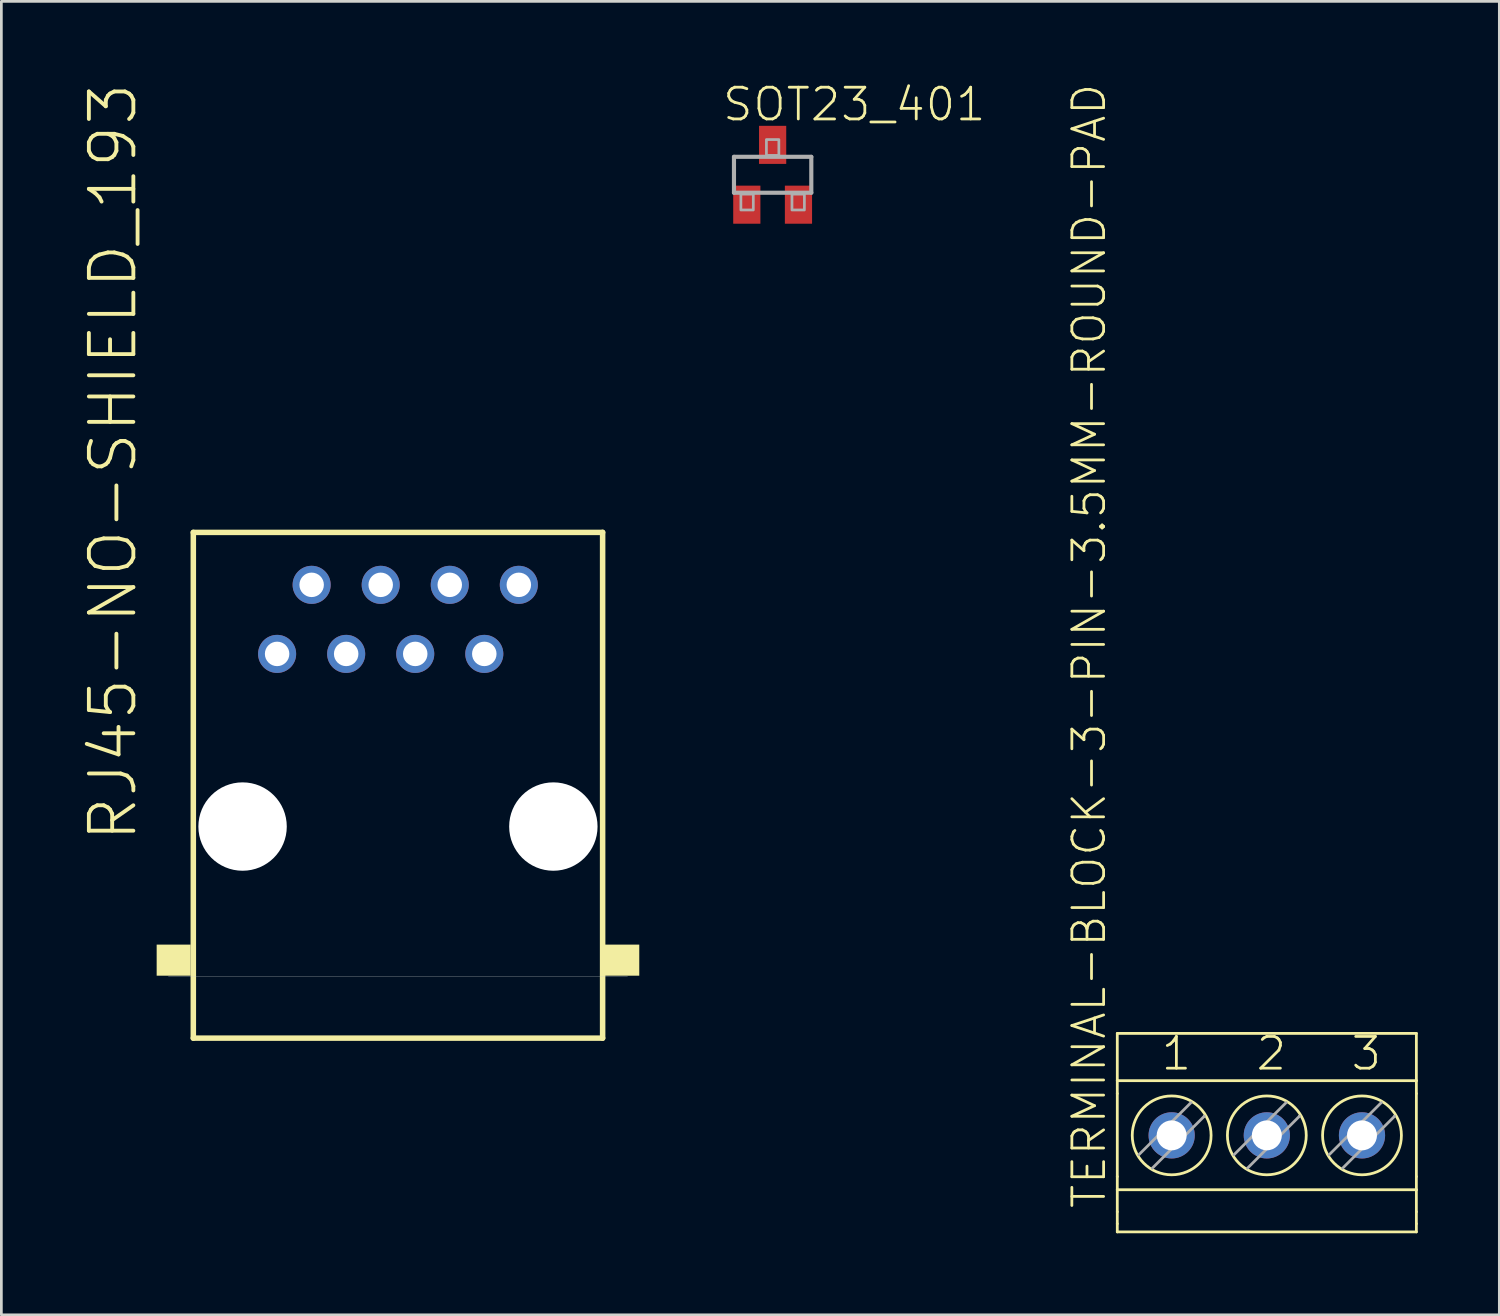
<source format=kicad_pcb>
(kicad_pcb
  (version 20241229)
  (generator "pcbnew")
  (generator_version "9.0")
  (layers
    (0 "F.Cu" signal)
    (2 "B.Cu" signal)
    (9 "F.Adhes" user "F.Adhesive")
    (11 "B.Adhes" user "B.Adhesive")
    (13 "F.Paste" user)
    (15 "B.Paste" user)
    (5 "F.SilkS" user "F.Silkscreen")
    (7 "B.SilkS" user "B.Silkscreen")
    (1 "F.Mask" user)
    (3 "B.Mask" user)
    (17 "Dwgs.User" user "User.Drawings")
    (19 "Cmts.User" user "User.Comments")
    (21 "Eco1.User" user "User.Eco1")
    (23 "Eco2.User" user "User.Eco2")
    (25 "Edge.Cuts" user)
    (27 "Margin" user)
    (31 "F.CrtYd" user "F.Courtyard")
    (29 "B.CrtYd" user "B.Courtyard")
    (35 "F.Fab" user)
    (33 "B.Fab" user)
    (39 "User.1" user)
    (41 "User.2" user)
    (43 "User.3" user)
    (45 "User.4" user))
  (footprint "RJ45-NO-SHIELD_193"
    (layer "F.Cu")
    (at 11.587 27.35)
    (property "Reference" "RJ45-NO-SHIELD_193" (at -9.525 0.635 90) (unlocked yes) (layer "F.SilkS") (effects (font (size 1.636 1.636) (thickness 0.142)) (justify left bottom)))
    (fp_line (start -7.527 -10.819) (end 7.527 -10.819) (stroke (width 0.203) (type solid)) (layer "F.SilkS"))
    (fp_line (start -7.527 7.782) (end -7.527 -10.819) (stroke (width 0.203) (type solid)) (layer "F.SilkS"))
    (fp_line (start 7.527 -10.819) (end 7.527 7.782) (stroke (width 0.203) (type solid)) (layer "F.SilkS"))
    (fp_line (start 7.527 7.782) (end -7.527 7.782) (stroke (width 0.203) (type solid)) (layer "F.SilkS"))
    (fp_poly (pts (xy -8.875 5.485) (xy -7.625 5.485) (xy -7.625 4.342) (xy -8.875 4.342)) (stroke (width 0) (type default)) (fill yes) (layer "F.SilkS"))
    (fp_poly (pts (xy 7.6 5.485) (xy 8.875 5.485) (xy 8.875 4.342) (xy 7.6 4.342)) (stroke (width 0) (type default)) (fill yes) (layer "F.SilkS"))
    (fp_line (start 8.445 5.512) (end -8.445 5.512) (stroke (width 0.01) (type solid)) (layer "Edge.Cuts"))
    (pad "" np_thru_hole circle (at -5.715 0) (size 3.251 3.251) (drill 3.251) (layers "*.Cu" "*.Mask"))
    (pad "" np_thru_hole circle (at 5.715 0) (size 3.251 3.251) (drill 3.251) (layers "*.Cu" "*.Mask"))
    (pad "1" thru_hole circle (at -4.445 -6.35) (size 1.4 1.4) (drill 0.9) (layers "*.Cu" "*.Mask"))
    (pad "2" thru_hole circle (at -3.175 -8.89) (size 1.4 1.4) (drill 0.9) (layers "*.Cu" "*.Mask"))
    (pad "3" thru_hole circle (at -1.905 -6.35) (size 1.4 1.4) (drill 0.9) (layers "*.Cu" "*.Mask"))
    (pad "4" thru_hole circle (at -0.635 -8.89) (size 1.4 1.4) (drill 0.9) (layers "*.Cu" "*.Mask"))
    (pad "5" thru_hole circle (at 0.635 -6.35) (size 1.4 1.4) (drill 0.9) (layers "*.Cu" "*.Mask"))
    (pad "6" thru_hole circle (at 1.905 -8.89) (size 1.4 1.4) (drill 0.9) (layers "*.Cu" "*.Mask"))
    (pad "7" thru_hole circle (at 3.175 -6.35) (size 1.4 1.4) (drill 0.9) (layers "*.Cu" "*.Mask"))
    (pad "8" thru_hole circle (at 4.445 -8.89) (size 1.4 1.4) (drill 0.9) (layers "*.Cu" "*.Mask")))
  (footprint "SOT23_401"
    (layer "F.Cu")
    (at 25.367 3.378)
    (property "Reference" "SOT23_401" (at -1.905 -1.905 0) (unlocked yes) (layer "F.SilkS") (effects (font (size 1.168 1.168) (thickness 0.102)) (justify left bottom)))
    (fp_line (start -1.422 -0.66) (end 1.422 -0.66) (stroke (width 0.152) (type solid)) (layer "F.Fab"))
    (fp_line (start -1.422 0.66) (end -1.422 -0.66) (stroke (width 0.152) (type solid)) (layer "F.Fab"))
    (fp_line (start 1.422 -0.66) (end 1.422 0.66) (stroke (width 0.152) (type solid)) (layer "F.Fab"))
    (fp_line (start 1.422 0.66) (end -1.422 0.66) (stroke (width 0.152) (type solid)) (layer "F.Fab"))
    (fp_poly (pts (xy -1.168 1.295) (xy -0.711 1.295) (xy -0.711 0.711) (xy -1.168 0.711)) (stroke (width 0.1) (type default)) (fill no) (layer "F.Fab"))
    (fp_poly (pts (xy -0.229 -0.711) (xy 0.229 -0.711) (xy 0.229 -1.295) (xy -0.229 -1.295)) (stroke (width 0.1) (type default)) (fill no) (layer "F.Fab"))
    (fp_poly (pts (xy 0.711 1.295) (xy 1.168 1.295) (xy 1.168 0.711) (xy 0.711 0.711)) (stroke (width 0.1) (type default)) (fill no) (layer "F.Fab"))
    (pad "1" smd rect (at -0.95 1.1) (size 1 1.4) (layers "F.Cu" "F.Mask" "F.Paste"))
    (pad "2" smd rect (at 0.95 1.1) (size 1 1.4) (layers "F.Cu" "F.Mask" "F.Paste"))
    (pad "3" smd rect (at 0 -1.1) (size 1 1.4) (layers "F.Cu" "F.Mask" "F.Paste")))
  (footprint "TERMINAL-BLOCK-3-PIN-3.5MM-ROUND-PAD"
    (layer "F.Cu")
    (at 43.543 38.608)
    (property "Reference" "TERMINAL-BLOCK-3-PIN-3.5MM-ROUND-PAD" (at -5.855 2.857 90) (unlocked yes) (layer "F.SilkS") (effects (font (size 1.168 1.168) (thickness 0.102)) (justify left bottom)))
    (fp_line (start -5.5 -3.65) (end -5.5 -1.912) (stroke (width 0.102) (type solid)) (layer "F.SilkS"))
    (fp_line (start -5.5 -3.65) (end 5.5 -3.65) (stroke (width 0.102) (type solid)) (layer "F.SilkS"))
    (fp_line (start -5.5 -1.912) (end -5.5 -1.437) (stroke (width 0.102) (type solid)) (layer "F.SilkS"))
    (fp_line (start -5.5 -1.912) (end 5.5 -1.912) (stroke (width 0.102) (type solid)) (layer "F.SilkS"))
    (fp_line (start -5.5 1.616) (end -5.5 -1.437) (stroke (width 0.102) (type solid)) (layer "F.SilkS"))
    (fp_line (start -5.5 1.616) (end -5.5 2.099) (stroke (width 0.102) (type solid)) (layer "F.SilkS"))
    (fp_line (start -5.5 2.099) (end -5.5 2.911) (stroke (width 0.102) (type solid)) (layer "F.SilkS"))
    (fp_line (start -5.5 2.911) (end -5.5 3.35) (stroke (width 0.102) (type solid)) (layer "F.SilkS"))
    (fp_line (start -5.5 3.35) (end -5.5 3.65) (stroke (width 0.102) (type solid)) (layer "F.SilkS"))
    (fp_line (start -5.5 3.65) (end 5.5 3.65) (stroke (width 0.102) (type solid)) (layer "F.SilkS"))
    (fp_line (start -2.294 -0.611) (end -2.3 -0.605) (stroke (width 0.102) (type solid)) (layer "F.SilkS"))
    (fp_line (start 1.206 -0.611) (end 1.2 -0.605) (stroke (width 0.102) (type solid)) (layer "F.SilkS"))
    (fp_line (start 4.706 -0.611) (end 4.7 -0.605) (stroke (width 0.102) (type solid)) (layer "F.SilkS"))
    (fp_line (start 5.5 -3.65) (end 5.5 -1.912) (stroke (width 0.102) (type solid)) (layer "F.SilkS"))
    (fp_line (start 5.5 -1.437) (end 5.5 -1.912) (stroke (width 0.102) (type solid)) (layer "F.SilkS"))
    (fp_line (start 5.5 1.616) (end 5.5 -1.437) (stroke (width 0.102) (type solid)) (layer "F.SilkS"))
    (fp_line (start 5.5 1.616) (end 5.5 2.099) (stroke (width 0.102) (type solid)) (layer "F.SilkS"))
    (fp_line (start 5.5 2.099) (end -5.5 2.099) (stroke (width 0.102) (type solid)) (layer "F.SilkS"))
    (fp_line (start 5.5 2.099) (end 5.5 2.911) (stroke (width 0.102) (type solid)) (layer "F.SilkS"))
    (fp_line (start 5.5 2.911) (end 5.5 3.35) (stroke (width 0.102) (type solid)) (layer "F.SilkS"))
    (fp_line (start 5.5 3.35) (end 5.5 3.65) (stroke (width 0.102) (type solid)) (layer "F.SilkS"))
    (fp_circle (center -3.5 0.1) (end -2.05 0.1) (stroke (width 0.102) (type solid)) (fill no) (layer "F.SilkS"))
    (fp_circle (center 0 0.1) (end 1.45 0.1) (stroke (width 0.102) (type solid)) (fill no) (layer "F.SilkS"))
    (fp_circle (center 3.5 0.1) (end 4.95 0.1) (stroke (width 0.102) (type solid)) (fill no) (layer "F.SilkS"))
    (fp_line (start -4.706 0.811) (end -2.789 -1.106) (stroke (width 0.102) (type solid)) (layer "F.Fab"))
    (fp_line (start -2.3 -0.605) (end -4.211 1.306) (stroke (width 0.102) (type solid)) (layer "F.Fab"))
    (fp_line (start -1.206 0.811) (end 0.711 -1.106) (stroke (width 0.102) (type solid)) (layer "F.Fab"))
    (fp_line (start 1.2 -0.605) (end -0.711 1.306) (stroke (width 0.102) (type solid)) (layer "F.Fab"))
    (fp_line (start 2.294 0.811) (end 4.211 -1.106) (stroke (width 0.102) (type solid)) (layer "F.Fab"))
    (fp_line (start 4.7 -0.605) (end 2.789 1.306) (stroke (width 0.102) (type solid)) (layer "F.Fab"))
    (fp_text user "3" (at 3.035 -2.223 0) (unlocked yes) (layer "F.SilkS") (effects (font (size 1.168 1.168) (thickness 0.102)) (justify left bottom)))
    (fp_text user "1" (at -3.95 -2.223 0) (unlocked yes) (layer "F.SilkS") (effects (font (size 1.168 1.168) (thickness 0.102)) (justify left bottom)))
    (fp_text user "2" (at -0.458 -2.223 0) (unlocked yes) (layer "F.SilkS") (effects (font (size 1.168 1.168) (thickness 0.102)) (justify left bottom)))
    (pad "1" thru_hole circle (at -3.5 0.1 90) (size 1.7 1.7) (drill 1.1) (layers "*.Cu" "*.Mask"))
    (pad "2" thru_hole circle (at 0 0.1 90) (size 1.7 1.7) (drill 1.1) (layers "*.Cu" "*.Mask"))
    (pad "3" thru_hole circle (at 3.5 0.1 90) (size 1.7 1.7) (drill 1.1) (layers "*.Cu" "*.Mask")))
  (gr_rect
    (start -3 -3)
    (end 52.094 45.309)
    (stroke (width 0.1) (type default))
    (fill no)
    (layer "Edge.Cuts")))
</source>
